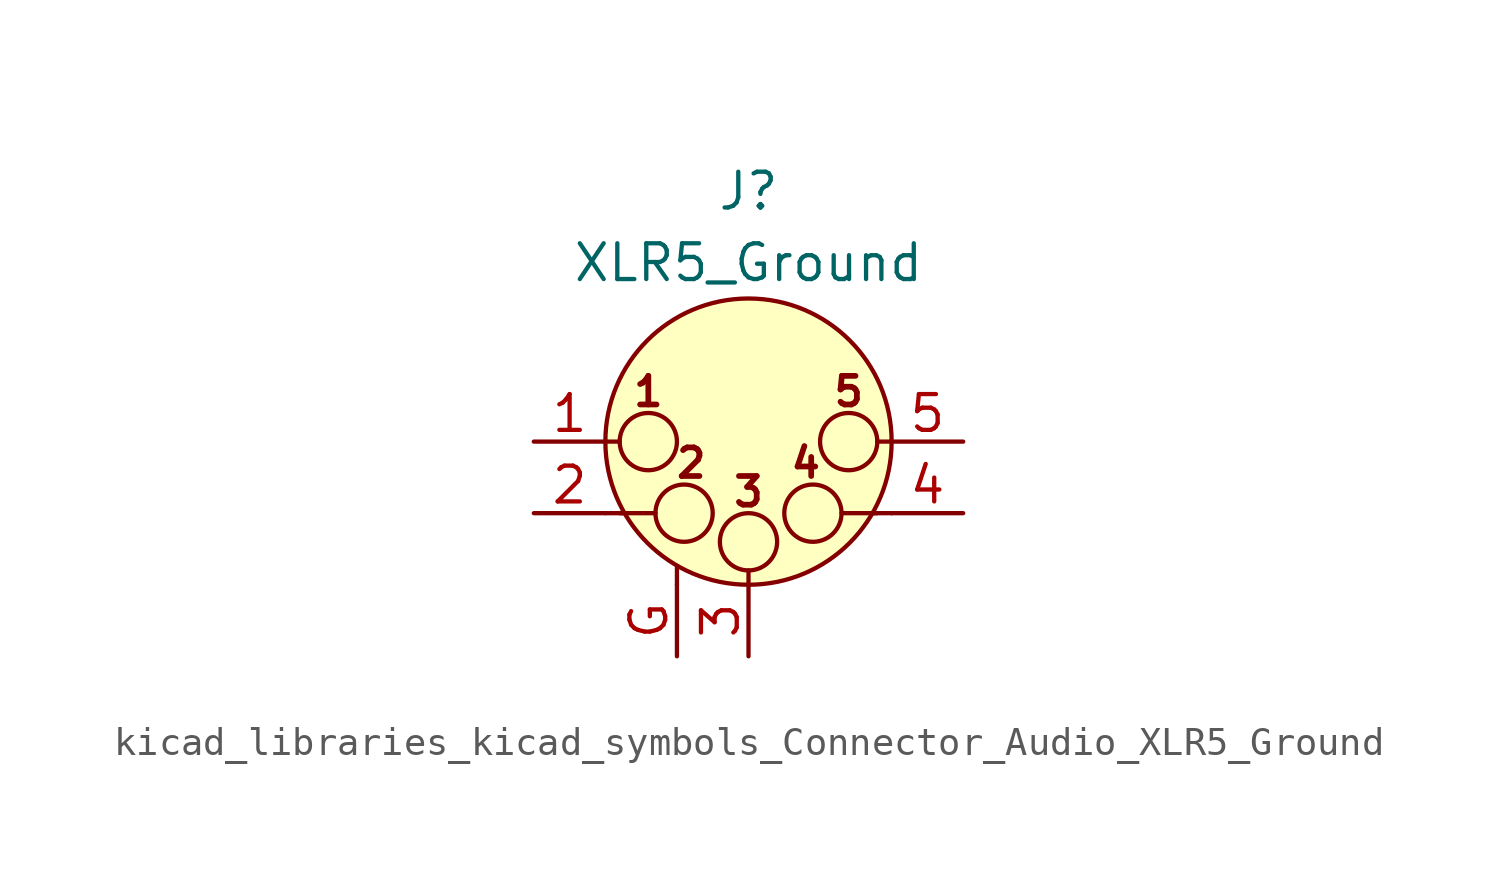
<source format=kicad_sym>
(kicad_symbol_lib
  (version 20220914)
  (generator kicad_symbol_editor)
  (symbol "kicad_libraries_kicad_symbols_Connector_Audio_XLR5_Ground"
    (pin_names hide)
    (property "Reference" "J"
      (at 0 8.89 0)
      (effects (font (size 1.27 1.27))))
    (property "Value" "XLR5_Ground"
      (at 0 6.35 0)
      (effects (font (size 1.27 1.27))))
    (symbol "kicad_libraries_kicad_symbols_Connector_Audio_XLR5_Ground_0_1"
      (circle (center -3.556 0) (radius 1.016) (stroke (width 0) (type default)) (fill (type none)))
      (circle (center -2.286 -2.54) (radius 1.016) (stroke (width 0) (type default)) (fill (type none)))
      (circle (center 0 -3.556) (radius 1.016) (stroke (width 0) (type default)) (fill (type none)))
      (polyline (pts (xy -5.08 -2.54) (xy -4.445 -2.54)) (stroke (width 0) (type default)) (fill (type none)))
      (polyline (pts (xy -5.08 0) (xy -4.572 0)) (stroke (width 0) (type default)) (fill (type none)))
      (polyline (pts (xy -4.572 -2.54) (xy -3.302 -2.54)) (stroke (width 0) (type default)) (fill (type none)))
      (polyline (pts (xy -2.54 -5.08) (xy -2.54 -4.445)) (stroke (width 0) (type default)) (fill (type none)))
      (polyline (pts (xy 0 -5.08) (xy 0 -4.572)) (stroke (width 0) (type default)) (fill (type none)))
      (polyline (pts (xy 4.572 -2.54) (xy 3.302 -2.54)) (stroke (width 0) (type default)) (fill (type none)))
      (polyline (pts (xy 5.08 -2.54) (xy 4.445 -2.54)) (stroke (width 0) (type default)) (fill (type none)))
      (polyline (pts (xy 5.08 0) (xy 4.572 0)) (stroke (width 0) (type default)) (fill (type none)))
      (circle (center 0 0) (radius 5.08) (stroke (width 0) (type default)) (fill (type background)))
      (circle (center 2.286 -2.54) (radius 1.016) (stroke (width 0) (type default)) (fill (type none)))
      (circle (center 3.556 0) (radius 1.016) (stroke (width 0) (type default)) (fill (type none)))
      (text "1" (at -3.556 1.778 0) (effects (font (size 1.016 1.016) bold)))
      (text "2" (at -2.032 -0.762 0) (effects (font (size 1.016 1.016) bold)))
      (text "3" (at 0 -1.778 0) (effects (font (size 1.016 1.016) bold)))
      (text "4" (at 2.032 -0.762 0) (effects (font (size 1.016 1.016) bold)))
      (text "5" (at 3.556 1.778 0) (effects (font (size 1.016 1.016) bold))))
    (symbol "kicad_libraries_kicad_symbols_Connector_Audio_XLR5_Ground_1_1"
      (pin passive line (at -7.62 0 0) (length 2.54) (name "P1" (effects (font (size 1.27 1.27)))) (number "1" (effects (font (size 1.27 1.27)))))
      (pin passive line (at -7.62 -2.54 0) (length 2.54) (name "P2" (effects (font (size 1.27 1.27)))) (number "2" (effects (font (size 1.27 1.27)))))
      (pin passive line (at 0 -7.62 90) (length 2.54) (name "P3" (effects (font (size 1.27 1.27)))) (number "3" (effects (font (size 1.27 1.27)))))
      (pin passive line (at 7.62 -2.54 180) (length 2.54) (name "P3" (effects (font (size 1.27 1.27)))) (number "4" (effects (font (size 1.27 1.27)))))
      (pin passive line (at 7.62 0 180) (length 2.54) (name "P5" (effects (font (size 1.27 1.27)))) (number "5" (effects (font (size 1.27 1.27)))))
      (pin passive line (at -2.54 -7.62 90) (length 2.54) (name "~" (effects (font (size 1.27 1.27)))) (number "G" (effects (font (size 1.27 1.27))))))))
</source>
